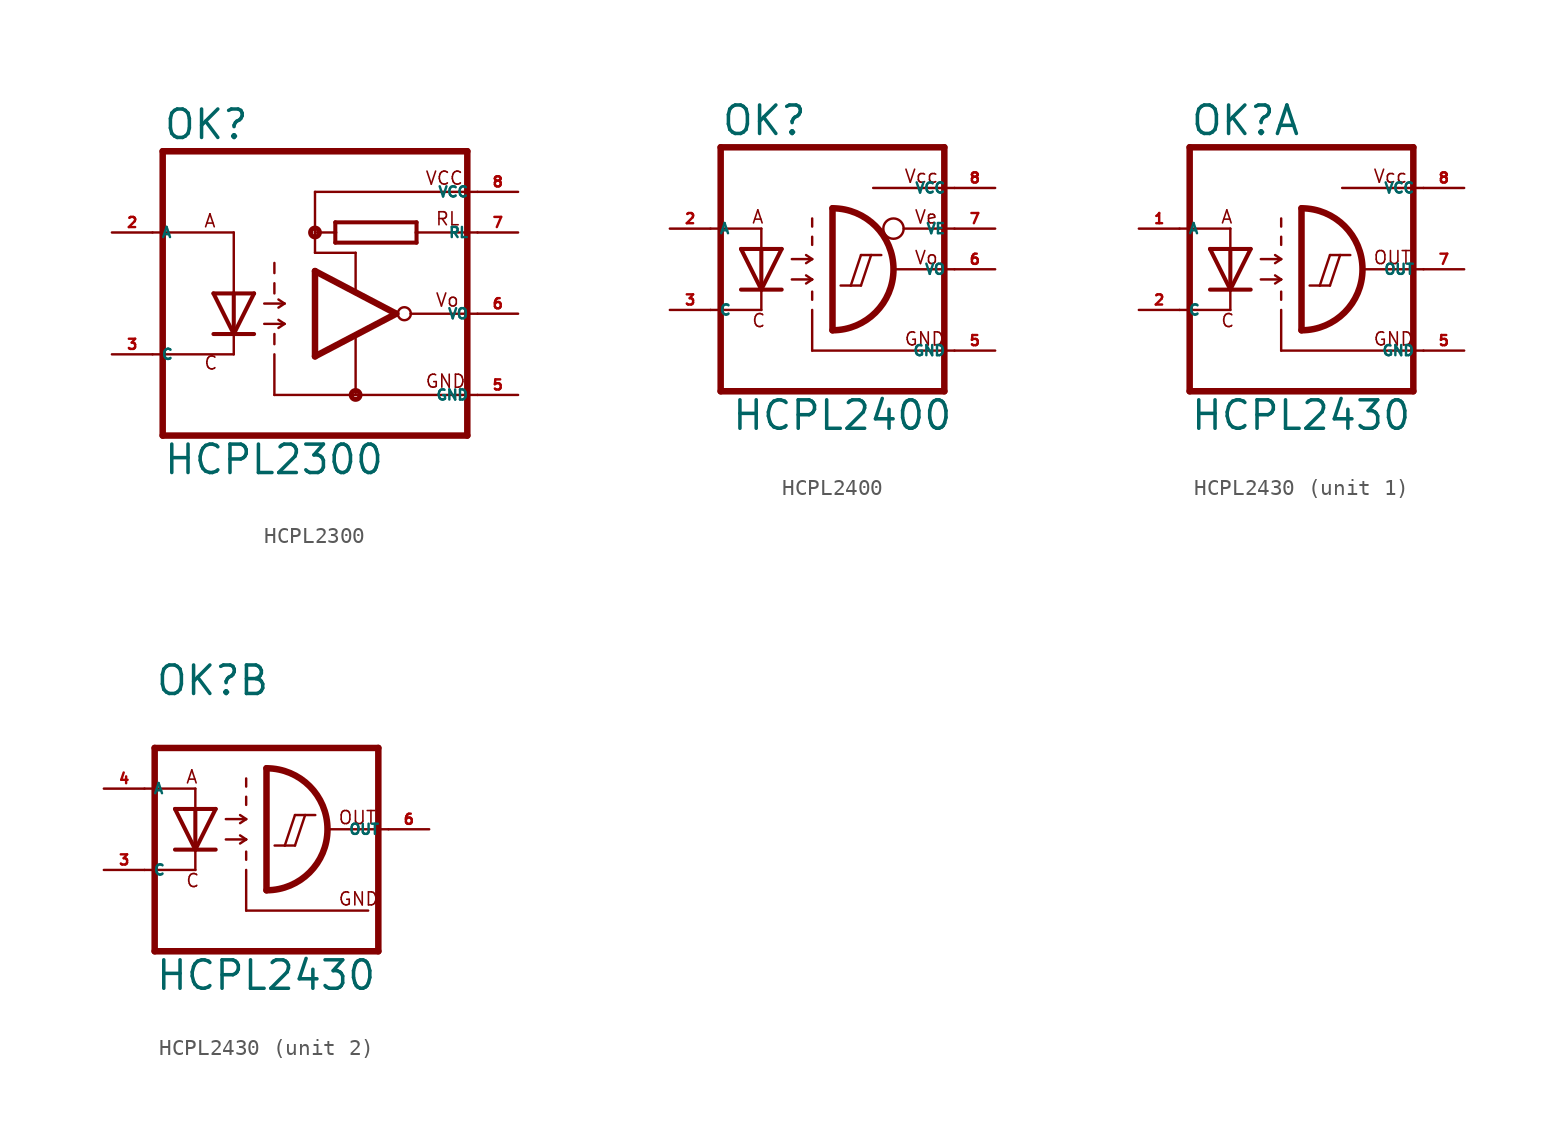
<source format=kicad_sym>
(kicad_symbol_lib
  (version 20220914)
  (generator kicad_symbol_editor)
  (symbol "HCPL2300"
    (property "Reference" "OK"
      (at -9.525 10.795 0)
      (effects (font (size 1.778 1.778) (thickness 0.22)) (justify left bottom)))
    (property "Value" "HCPL2300"
      (at -9.525 -10.16 0)
      (effects (font (size 1.778 1.778) (thickness 0.22)) (justify left bottom)))
    (symbol "HCPL2300_1_1"
      (polyline (pts (xy -9.525 10.16) (xy -9.525 -7.62)) (stroke (width 0.406) (type default)) (fill (type none)))
      (polyline (pts (xy -5.08 -2.54) (xy -10.16 -2.54)) (stroke (width 0.152) (type default)) (fill (type none)))
      (polyline (pts (xy -5.08 -2.54) (xy -5.08 -1.27)) (stroke (width 0.152) (type default)) (fill (type none)))
      (polyline (pts (xy -5.08 -1.27) (xy -6.35 -1.27)) (stroke (width 0.254) (type default)) (fill (type none)))
      (polyline (pts (xy -5.08 -1.27) (xy -6.35 1.27)) (stroke (width 0.254) (type default)) (fill (type none)))
      (polyline (pts (xy -5.08 1.27) (xy -6.35 1.27)) (stroke (width 0.254) (type default)) (fill (type none)))
      (polyline (pts (xy -5.08 1.27) (xy -5.08 -1.27)) (stroke (width 0.254) (type default)) (fill (type none)))
      (polyline (pts (xy -5.08 1.27) (xy -5.08 5.08)) (stroke (width 0.152) (type default)) (fill (type none)))
      (polyline (pts (xy -5.08 5.08) (xy -10.16 5.08)) (stroke (width 0.152) (type default)) (fill (type none)))
      (polyline (pts (xy -3.81 -1.27) (xy -5.08 -1.27)) (stroke (width 0.254) (type default)) (fill (type none)))
      (polyline (pts (xy -3.81 1.27) (xy -5.08 -1.27)) (stroke (width 0.254) (type default)) (fill (type none)))
      (polyline (pts (xy -3.81 1.27) (xy -5.08 1.27)) (stroke (width 0.254) (type default)) (fill (type none)))
      (polyline (pts (xy -3.175 -0.635) (xy -1.905 -0.635)) (stroke (width 0.152) (type default)) (fill (type none)))
      (polyline (pts (xy -3.175 0.635) (xy -1.905 0.635)) (stroke (width 0.152) (type default)) (fill (type none)))
      (polyline (pts (xy -2.54 -5.08) (xy -2.54 -2.54)) (stroke (width 0.152) (type default)) (fill (type none)))
      (polyline (pts (xy -2.54 -1.905) (xy -2.54 -1.27)) (stroke (width 0.152) (type default)) (fill (type none)))
      (polyline (pts (xy -2.54 1.27) (xy -2.54 1.905)) (stroke (width 0.152) (type default)) (fill (type none)))
      (polyline (pts (xy -2.54 2.54) (xy -2.54 3.175)) (stroke (width 0.152) (type default)) (fill (type none)))
      (polyline (pts (xy -1.905 -0.635) (xy -2.286 -0.889)) (stroke (width 0.152) (type default)) (fill (type none)))
      (polyline (pts (xy -1.905 -0.635) (xy -2.286 -0.381)) (stroke (width 0.152) (type default)) (fill (type none)))
      (polyline (pts (xy -1.905 0.635) (xy -2.286 0.381)) (stroke (width 0.152) (type default)) (fill (type none)))
      (polyline (pts (xy -1.905 0.635) (xy -2.286 0.889)) (stroke (width 0.152) (type default)) (fill (type none)))
      (polyline (pts (xy 0 -2.667) (xy 0 2.667)) (stroke (width 0.406) (type default)) (fill (type none)))
      (polyline (pts (xy 0 -2.667) (xy 5.08 0)) (stroke (width 0.406) (type default)) (fill (type none)))
      (polyline (pts (xy 0 2.667) (xy 5.08 0)) (stroke (width 0.406) (type default)) (fill (type none)))
      (polyline (pts (xy 0 3.81) (xy 2.54 3.81)) (stroke (width 0.152) (type default)) (fill (type none)))
      (polyline (pts (xy 0 5.08) (xy 0 3.81)) (stroke (width 0.152) (type default)) (fill (type none)))
      (polyline (pts (xy 0 7.62) (xy 0 5.08)) (stroke (width 0.152) (type default)) (fill (type none)))
      (polyline (pts (xy 0 7.62) (xy 10.16 7.62)) (stroke (width 0.152) (type default)) (fill (type none)))
      (polyline (pts (xy 1.27 4.445) (xy 1.27 5.08)) (stroke (width 0.254) (type default)) (fill (type none)))
      (polyline (pts (xy 1.27 5.08) (xy 0 5.08)) (stroke (width 0.152) (type default)) (fill (type none)))
      (polyline (pts (xy 1.27 5.08) (xy 1.27 5.715)) (stroke (width 0.254) (type default)) (fill (type none)))
      (polyline (pts (xy 1.27 5.715) (xy 6.35 5.715)) (stroke (width 0.254) (type default)) (fill (type none)))
      (polyline (pts (xy 2.54 -5.08) (xy -2.54 -5.08)) (stroke (width 0.152) (type default)) (fill (type none)))
      (polyline (pts (xy 2.54 -5.08) (xy 2.54 -1.27)) (stroke (width 0.152) (type default)) (fill (type none)))
      (polyline (pts (xy 2.54 3.81) (xy 2.54 1.524)) (stroke (width 0.152) (type default)) (fill (type none)))
      (polyline (pts (xy 5.969 0) (xy 10.16 0)) (stroke (width 0.152) (type default)) (fill (type none)))
      (polyline (pts (xy 6.35 4.445) (xy 1.27 4.445)) (stroke (width 0.254) (type default)) (fill (type none)))
      (polyline (pts (xy 6.35 5.08) (xy 6.35 4.445)) (stroke (width 0.254) (type default)) (fill (type none)))
      (polyline (pts (xy 6.35 5.715) (xy 6.35 5.08)) (stroke (width 0.254) (type default)) (fill (type none)))
      (polyline (pts (xy 9.525 -7.62) (xy -9.525 -7.62)) (stroke (width 0.406) (type default)) (fill (type none)))
      (polyline (pts (xy 9.525 10.16) (xy -9.525 10.16)) (stroke (width 0.406) (type default)) (fill (type none)))
      (polyline (pts (xy 9.525 10.16) (xy 9.525 -7.62)) (stroke (width 0.406) (type default)) (fill (type none)))
      (polyline (pts (xy 10.16 -5.08) (xy 2.54 -5.08)) (stroke (width 0.152) (type default)) (fill (type none)))
      (polyline (pts (xy 10.16 5.08) (xy 6.35 5.08)) (stroke (width 0.152) (type default)) (fill (type none)))
      (circle (center 0 5.08) (radius 0.127) (stroke (width 0.305) (type default)) (fill (type none)))
      (circle (center 2.54 -5.08) (radius 0.127) (stroke (width 0.305) (type default)) (fill (type none)))
      (circle (center 5.588 0) (radius 0.406) (stroke (width 0.152) (type default)) (fill (type none)))
      (text "A" (at -6.985 5.334 0) (effects (font (size 0.813 0.813) (thickness 0.1)) (justify left bottom)))
      (text "C" (at -6.985 -3.556 0) (effects (font (size 0.813 0.813) (thickness 0.1)) (justify left bottom)))
      (text "GND" (at 6.858 -4.699 0) (effects (font (size 0.813 0.813) (thickness 0.1)) (justify left bottom)))
      (text "RL" (at 7.493 5.461 0) (effects (font (size 0.813 0.813) (thickness 0.1)) (justify left bottom)))
      (text "VCC" (at 6.858 8.001 0) (effects (font (size 0.813 0.813) (thickness 0.1)) (justify left bottom)))
      (text "Vo" (at 7.493 0.381 0) (effects (font (size 0.813 0.813) (thickness 0.1)) (justify left bottom)))
      (pin passive line (at -12.7 5.08 0) (length 2.54) (name "A" (effects (font (size 0.635 0.635)))) (number "2" (effects (font (size 0.635 0.635)))))
      (pin passive line (at -12.7 -2.54 0) (length 2.54) (name "C" (effects (font (size 0.635 0.635)))) (number "3" (effects (font (size 0.635 0.635)))))
      (pin passive line (at 12.7 -5.08 180) (length 2.54) (name "GND" (effects (font (size 0.635 0.635)))) (number "5" (effects (font (size 0.635 0.635)))))
      (pin passive line (at 12.7 0 180) (length 2.54) (name "VO" (effects (font (size 0.635 0.635)))) (number "6" (effects (font (size 0.635 0.635)))))
      (pin passive line (at 12.7 5.08 180) (length 2.54) (name "RL" (effects (font (size 0.635 0.635)))) (number "7" (effects (font (size 0.635 0.635)))))
      (pin passive line (at 12.7 7.62 180) (length 2.54) (name "VCC" (effects (font (size 0.635 0.635)))) (number "8" (effects (font (size 0.635 0.635)))))))
  (symbol "HCPL2400"
    (property "Reference" "OK"
      (at -6.985 8.255 0)
      (effects (font (size 1.778 1.778) (thickness 0.22)) (justify left bottom)))
    (property "Value" "HCPL2400"
      (at -6.35 -10.16 0)
      (effects (font (size 1.778 1.778) (thickness 0.22)) (justify left bottom)))
    (symbol "HCPL2400_1_1"
      (arc (start 0 -3.81) (mid 3.7934 0) (end 0 3.81) (stroke (width 0.4064) (type default)) (fill (type none)))
      (polyline (pts (xy -7.62 -2.54) (xy -4.445 -2.54)) (stroke (width 0.152) (type default)) (fill (type none)))
      (polyline (pts (xy -7.62 2.54) (xy -4.445 2.54)) (stroke (width 0.152) (type default)) (fill (type none)))
      (polyline (pts (xy -6.985 7.62) (xy -6.985 -7.62)) (stroke (width 0.406) (type default)) (fill (type none)))
      (polyline (pts (xy -4.445 -2.54) (xy -4.445 -1.27)) (stroke (width 0.152) (type default)) (fill (type none)))
      (polyline (pts (xy -4.445 -1.27) (xy -5.715 -1.27)) (stroke (width 0.254) (type default)) (fill (type none)))
      (polyline (pts (xy -4.445 -1.27) (xy -5.715 1.27)) (stroke (width 0.254) (type default)) (fill (type none)))
      (polyline (pts (xy -4.445 1.27) (xy -5.715 1.27)) (stroke (width 0.254) (type default)) (fill (type none)))
      (polyline (pts (xy -4.445 1.27) (xy -4.445 -1.27)) (stroke (width 0.254) (type default)) (fill (type none)))
      (polyline (pts (xy -4.445 1.27) (xy -4.445 2.54)) (stroke (width 0.152) (type default)) (fill (type none)))
      (polyline (pts (xy -3.175 -1.27) (xy -4.445 -1.27)) (stroke (width 0.254) (type default)) (fill (type none)))
      (polyline (pts (xy -3.175 1.27) (xy -4.445 -1.27)) (stroke (width 0.254) (type default)) (fill (type none)))
      (polyline (pts (xy -3.175 1.27) (xy -4.445 1.27)) (stroke (width 0.254) (type default)) (fill (type none)))
      (polyline (pts (xy -2.54 -0.635) (xy -1.27 -0.635)) (stroke (width 0.152) (type default)) (fill (type none)))
      (polyline (pts (xy -2.54 0.635) (xy -1.27 0.635)) (stroke (width 0.152) (type default)) (fill (type none)))
      (polyline (pts (xy -1.27 -5.08) (xy -1.27 -2.54)) (stroke (width 0.152) (type default)) (fill (type none)))
      (polyline (pts (xy -1.27 -5.08) (xy 7.62 -5.08)) (stroke (width 0.152) (type default)) (fill (type none)))
      (polyline (pts (xy -1.27 -1.905) (xy -1.27 -1.397)) (stroke (width 0.152) (type default)) (fill (type none)))
      (polyline (pts (xy -1.27 -0.635) (xy -1.651 -0.889)) (stroke (width 0.152) (type default)) (fill (type none)))
      (polyline (pts (xy -1.27 -0.635) (xy -1.651 -0.381)) (stroke (width 0.152) (type default)) (fill (type none)))
      (polyline (pts (xy -1.27 0.635) (xy -1.651 0.381)) (stroke (width 0.152) (type default)) (fill (type none)))
      (polyline (pts (xy -1.27 0.635) (xy -1.651 0.889)) (stroke (width 0.152) (type default)) (fill (type none)))
      (polyline (pts (xy -1.27 1.524) (xy -1.27 2.032)) (stroke (width 0.152) (type default)) (fill (type none)))
      (polyline (pts (xy -1.27 2.667) (xy -1.27 3.175)) (stroke (width 0.152) (type default)) (fill (type none)))
      (polyline (pts (xy 0 3.81) (xy 0 -3.81)) (stroke (width 0.406) (type default)) (fill (type none)))
      (polyline (pts (xy 0.508 -1.016) (xy 1.143 -1.016)) (stroke (width 0.152) (type default)) (fill (type none)))
      (polyline (pts (xy 1.143 -1.016) (xy 1.778 -1.016)) (stroke (width 0.152) (type default)) (fill (type none)))
      (polyline (pts (xy 1.143 -1.016) (xy 1.778 0.889)) (stroke (width 0.152) (type default)) (fill (type none)))
      (polyline (pts (xy 1.778 -1.016) (xy 2.413 0.889)) (stroke (width 0.152) (type default)) (fill (type none)))
      (polyline (pts (xy 1.778 0.889) (xy 2.413 0.889)) (stroke (width 0.152) (type default)) (fill (type none)))
      (polyline (pts (xy 2.413 0.889) (xy 3.048 0.889)) (stroke (width 0.152) (type default)) (fill (type none)))
      (polyline (pts (xy 2.54 5.08) (xy 7.62 5.08)) (stroke (width 0.152) (type default)) (fill (type none)))
      (polyline (pts (xy 3.937 0) (xy 7.62 0)) (stroke (width 0.152) (type default)) (fill (type none)))
      (polyline (pts (xy 4.445 2.54) (xy 7.62 2.54)) (stroke (width 0.152) (type default)) (fill (type none)))
      (polyline (pts (xy 6.985 -7.62) (xy -6.985 -7.62)) (stroke (width 0.406) (type default)) (fill (type none)))
      (polyline (pts (xy 6.985 7.62) (xy -6.985 7.62)) (stroke (width 0.406) (type default)) (fill (type none)))
      (polyline (pts (xy 6.985 7.62) (xy 6.985 -7.62)) (stroke (width 0.406) (type default)) (fill (type none)))
      (circle (center 3.81 2.54) (radius 0.635) (stroke (width 0.152) (type default)) (fill (type none)))
      (text "A" (at -5.08 2.794 0) (effects (font (size 0.813 0.813) (thickness 0.1)) (justify left bottom)))
      (text "C" (at -5.08 -3.683 0) (effects (font (size 0.813 0.813) (thickness 0.1)) (justify left bottom)))
      (text "GND" (at 4.445 -4.826 0) (effects (font (size 0.813 0.813) (thickness 0.1)) (justify left bottom)))
      (text "Vcc" (at 4.445 5.334 0) (effects (font (size 0.813 0.813) (thickness 0.1)) (justify left bottom)))
      (text "Ve" (at 5.08 2.794 0) (effects (font (size 0.813 0.813) (thickness 0.1)) (justify left bottom)))
      (text "Vo" (at 5.08 0.254 0) (effects (font (size 0.813 0.813) (thickness 0.1)) (justify left bottom)))
      (pin passive line (at -10.16 2.54 0) (length 2.54) (name "A" (effects (font (size 0.635 0.635)))) (number "2" (effects (font (size 0.635 0.635)))))
      (pin passive line (at -10.16 -2.54 0) (length 2.54) (name "C" (effects (font (size 0.635 0.635)))) (number "3" (effects (font (size 0.635 0.635)))))
      (pin passive line (at 10.16 -5.08 180) (length 2.54) (name "GND" (effects (font (size 0.635 0.635)))) (number "5" (effects (font (size 0.635 0.635)))))
      (pin passive line (at 10.16 0 180) (length 2.54) (name "VO" (effects (font (size 0.635 0.635)))) (number "6" (effects (font (size 0.635 0.635)))))
      (pin passive line (at 10.16 2.54 180) (length 2.54) (name "VE" (effects (font (size 0.635 0.635)))) (number "7" (effects (font (size 0.635 0.635)))))
      (pin passive line (at 10.16 5.08 180) (length 2.54) (name "VCC" (effects (font (size 0.635 0.635)))) (number "8" (effects (font (size 0.635 0.635)))))))
  (symbol "HCPL2430"
    (property "Reference" "OK"
      (at -6.985 8.255 0)
      (effects (font (size 1.778 1.778) (thickness 0.22)) (justify left bottom)))
    (property "Value" "HCPL2430"
      (at -6.985 -10.16 0)
      (effects (font (size 1.778 1.778) (thickness 0.22)) (justify left bottom)))
    (symbol "HCPL2430_1_0"
      (arc (start 0 -3.81) (mid 3.7934 0) (end 0 3.81) (stroke (width 0.4064) (type default)) (fill (type none)))
      (polyline (pts (xy -7.62 -2.54) (xy -4.445 -2.54)) (stroke (width 0.152) (type default)) (fill (type none)))
      (polyline (pts (xy -7.62 2.54) (xy -4.445 2.54)) (stroke (width 0.152) (type default)) (fill (type none)))
      (polyline (pts (xy -6.985 7.62) (xy -6.985 -7.62)) (stroke (width 0.406) (type default)) (fill (type none)))
      (polyline (pts (xy -4.445 -2.54) (xy -4.445 -1.27)) (stroke (width 0.152) (type default)) (fill (type none)))
      (polyline (pts (xy -4.445 -1.27) (xy -5.715 -1.27)) (stroke (width 0.254) (type default)) (fill (type none)))
      (polyline (pts (xy -4.445 -1.27) (xy -5.715 1.27)) (stroke (width 0.254) (type default)) (fill (type none)))
      (polyline (pts (xy -4.445 1.27) (xy -5.715 1.27)) (stroke (width 0.254) (type default)) (fill (type none)))
      (polyline (pts (xy -4.445 1.27) (xy -4.445 -1.27)) (stroke (width 0.254) (type default)) (fill (type none)))
      (polyline (pts (xy -4.445 1.27) (xy -4.445 2.54)) (stroke (width 0.152) (type default)) (fill (type none)))
      (polyline (pts (xy -3.175 -1.27) (xy -4.445 -1.27)) (stroke (width 0.254) (type default)) (fill (type none)))
      (polyline (pts (xy -3.175 1.27) (xy -4.445 -1.27)) (stroke (width 0.254) (type default)) (fill (type none)))
      (polyline (pts (xy -3.175 1.27) (xy -4.445 1.27)) (stroke (width 0.254) (type default)) (fill (type none)))
      (polyline (pts (xy -2.54 -0.635) (xy -1.27 -0.635)) (stroke (width 0.152) (type default)) (fill (type none)))
      (polyline (pts (xy -2.54 0.635) (xy -1.27 0.635)) (stroke (width 0.152) (type default)) (fill (type none)))
      (polyline (pts (xy -1.27 -5.08) (xy -1.27 -2.54)) (stroke (width 0.152) (type default)) (fill (type none)))
      (polyline (pts (xy -1.27 -5.08) (xy 7.62 -5.08)) (stroke (width 0.152) (type default)) (fill (type none)))
      (polyline (pts (xy -1.27 -1.905) (xy -1.27 -1.397)) (stroke (width 0.152) (type default)) (fill (type none)))
      (polyline (pts (xy -1.27 -0.635) (xy -1.651 -0.889)) (stroke (width 0.152) (type default)) (fill (type none)))
      (polyline (pts (xy -1.27 -0.635) (xy -1.651 -0.381)) (stroke (width 0.152) (type default)) (fill (type none)))
      (polyline (pts (xy -1.27 0.635) (xy -1.651 0.381)) (stroke (width 0.152) (type default)) (fill (type none)))
      (polyline (pts (xy -1.27 0.635) (xy -1.651 0.889)) (stroke (width 0.152) (type default)) (fill (type none)))
      (polyline (pts (xy -1.27 1.524) (xy -1.27 2.032)) (stroke (width 0.152) (type default)) (fill (type none)))
      (polyline (pts (xy -1.27 2.667) (xy -1.27 3.175)) (stroke (width 0.152) (type default)) (fill (type none)))
      (polyline (pts (xy 0 3.81) (xy 0 -3.81)) (stroke (width 0.406) (type default)) (fill (type none)))
      (polyline (pts (xy 0.508 -1.016) (xy 1.143 -1.016)) (stroke (width 0.152) (type default)) (fill (type none)))
      (polyline (pts (xy 1.143 -1.016) (xy 1.778 -1.016)) (stroke (width 0.152) (type default)) (fill (type none)))
      (polyline (pts (xy 1.143 -1.016) (xy 1.778 0.889)) (stroke (width 0.152) (type default)) (fill (type none)))
      (polyline (pts (xy 1.778 -1.016) (xy 2.413 0.889)) (stroke (width 0.152) (type default)) (fill (type none)))
      (polyline (pts (xy 1.778 0.889) (xy 2.413 0.889)) (stroke (width 0.152) (type default)) (fill (type none)))
      (polyline (pts (xy 2.413 0.889) (xy 3.048 0.889)) (stroke (width 0.152) (type default)) (fill (type none)))
      (polyline (pts (xy 2.54 5.08) (xy 7.62 5.08)) (stroke (width 0.152) (type default)) (fill (type none)))
      (polyline (pts (xy 3.937 0) (xy 7.62 0)) (stroke (width 0.152) (type default)) (fill (type none)))
      (polyline (pts (xy 6.985 -7.62) (xy -6.985 -7.62)) (stroke (width 0.406) (type default)) (fill (type none)))
      (polyline (pts (xy 6.985 7.62) (xy -6.985 7.62)) (stroke (width 0.406) (type default)) (fill (type none)))
      (polyline (pts (xy 6.985 7.62) (xy 6.985 -7.62)) (stroke (width 0.406) (type default)) (fill (type none)))
      (text "A" (at -5.08 2.794 0) (effects (font (size 0.813 0.813) (thickness 0.1)) (justify left bottom)))
      (text "C" (at -5.08 -3.683 0) (effects (font (size 0.813 0.813) (thickness 0.1)) (justify left bottom)))
      (text "GND" (at 4.445 -4.826 0) (effects (font (size 0.813 0.813) (thickness 0.1)) (justify left bottom)))
      (text "OUT" (at 4.445 0.254 0) (effects (font (size 0.813 0.813) (thickness 0.1)) (justify left bottom)))
      (text "Vcc" (at 4.445 5.334 0) (effects (font (size 0.813 0.813) (thickness 0.1)) (justify left bottom)))
      (pin passive line (at -10.16 2.54 0) (length 2.54) (name "A" (effects (font (size 0.635 0.635)))) (number "1" (effects (font (size 0.635 0.635)))))
      (pin passive line (at -10.16 -2.54 0) (length 2.54) (name "C" (effects (font (size 0.635 0.635)))) (number "2" (effects (font (size 0.635 0.635)))))
      (pin passive line (at 10.16 -5.08 180) (length 2.54) (name "GND" (effects (font (size 0.635 0.635)))) (number "5" (effects (font (size 0.635 0.635)))))
      (pin passive line (at 10.16 0 180) (length 2.54) (name "OUT" (effects (font (size 0.635 0.635)))) (number "7" (effects (font (size 0.635 0.635)))))
      (pin passive line (at 10.16 5.08 180) (length 2.54) (name "VCC" (effects (font (size 0.635 0.635)))) (number "8" (effects (font (size 0.635 0.635))))))
    (symbol "HCPL2430_2_0"
      (arc (start 0 -3.81) (mid 3.7934 0) (end 0 3.81) (stroke (width 0.4064) (type default)) (fill (type none)))
      (polyline (pts (xy -7.62 -2.54) (xy -4.445 -2.54)) (stroke (width 0.152) (type default)) (fill (type none)))
      (polyline (pts (xy -7.62 2.54) (xy -4.445 2.54)) (stroke (width 0.152) (type default)) (fill (type none)))
      (polyline (pts (xy -6.985 5.08) (xy -6.985 -7.62)) (stroke (width 0.406) (type default)) (fill (type none)))
      (polyline (pts (xy -4.445 -2.54) (xy -4.445 -1.27)) (stroke (width 0.152) (type default)) (fill (type none)))
      (polyline (pts (xy -4.445 -1.27) (xy -5.715 -1.27)) (stroke (width 0.254) (type default)) (fill (type none)))
      (polyline (pts (xy -4.445 -1.27) (xy -5.715 1.27)) (stroke (width 0.254) (type default)) (fill (type none)))
      (polyline (pts (xy -4.445 1.27) (xy -5.715 1.27)) (stroke (width 0.254) (type default)) (fill (type none)))
      (polyline (pts (xy -4.445 1.27) (xy -4.445 -1.27)) (stroke (width 0.254) (type default)) (fill (type none)))
      (polyline (pts (xy -4.445 1.27) (xy -4.445 2.54)) (stroke (width 0.152) (type default)) (fill (type none)))
      (polyline (pts (xy -3.175 -1.27) (xy -4.445 -1.27)) (stroke (width 0.254) (type default)) (fill (type none)))
      (polyline (pts (xy -3.175 1.27) (xy -4.445 -1.27)) (stroke (width 0.254) (type default)) (fill (type none)))
      (polyline (pts (xy -3.175 1.27) (xy -4.445 1.27)) (stroke (width 0.254) (type default)) (fill (type none)))
      (polyline (pts (xy -2.54 -0.635) (xy -1.27 -0.635)) (stroke (width 0.152) (type default)) (fill (type none)))
      (polyline (pts (xy -2.54 0.635) (xy -1.27 0.635)) (stroke (width 0.152) (type default)) (fill (type none)))
      (polyline (pts (xy -1.27 -5.08) (xy -1.27 -2.54)) (stroke (width 0.152) (type default)) (fill (type none)))
      (polyline (pts (xy -1.27 -5.08) (xy 6.35 -5.08)) (stroke (width 0.152) (type default)) (fill (type none)))
      (polyline (pts (xy -1.27 -1.905) (xy -1.27 -1.397)) (stroke (width 0.152) (type default)) (fill (type none)))
      (polyline (pts (xy -1.27 -0.635) (xy -1.651 -0.889)) (stroke (width 0.152) (type default)) (fill (type none)))
      (polyline (pts (xy -1.27 -0.635) (xy -1.651 -0.381)) (stroke (width 0.152) (type default)) (fill (type none)))
      (polyline (pts (xy -1.27 0.635) (xy -1.651 0.381)) (stroke (width 0.152) (type default)) (fill (type none)))
      (polyline (pts (xy -1.27 0.635) (xy -1.651 0.889)) (stroke (width 0.152) (type default)) (fill (type none)))
      (polyline (pts (xy -1.27 1.524) (xy -1.27 2.032)) (stroke (width 0.152) (type default)) (fill (type none)))
      (polyline (pts (xy -1.27 2.667) (xy -1.27 3.175)) (stroke (width 0.152) (type default)) (fill (type none)))
      (polyline (pts (xy 0 3.81) (xy 0 -3.81)) (stroke (width 0.406) (type default)) (fill (type none)))
      (polyline (pts (xy 0.508 -1.016) (xy 1.143 -1.016)) (stroke (width 0.152) (type default)) (fill (type none)))
      (polyline (pts (xy 1.143 -1.016) (xy 1.778 -1.016)) (stroke (width 0.152) (type default)) (fill (type none)))
      (polyline (pts (xy 1.143 -1.016) (xy 1.778 0.889)) (stroke (width 0.152) (type default)) (fill (type none)))
      (polyline (pts (xy 1.778 -1.016) (xy 2.413 0.889)) (stroke (width 0.152) (type default)) (fill (type none)))
      (polyline (pts (xy 1.778 0.889) (xy 2.413 0.889)) (stroke (width 0.152) (type default)) (fill (type none)))
      (polyline (pts (xy 2.413 0.889) (xy 3.048 0.889)) (stroke (width 0.152) (type default)) (fill (type none)))
      (polyline (pts (xy 3.937 0) (xy 7.62 0)) (stroke (width 0.152) (type default)) (fill (type none)))
      (polyline (pts (xy 6.985 -7.62) (xy -6.985 -7.62)) (stroke (width 0.406) (type default)) (fill (type none)))
      (polyline (pts (xy 6.985 5.08) (xy -6.985 5.08)) (stroke (width 0.406) (type default)) (fill (type none)))
      (polyline (pts (xy 6.985 5.08) (xy 6.985 -7.62)) (stroke (width 0.406) (type default)) (fill (type none)))
      (text "A" (at -5.08 2.794 0) (effects (font (size 0.813 0.813) (thickness 0.1)) (justify left bottom)))
      (text "C" (at -5.08 -3.683 0) (effects (font (size 0.813 0.813) (thickness 0.1)) (justify left bottom)))
      (text "GND" (at 4.445 -4.826 0) (effects (font (size 0.813 0.813) (thickness 0.1)) (justify left bottom)))
      (text "OUT" (at 4.445 0.254 0) (effects (font (size 0.813 0.813) (thickness 0.1)) (justify left bottom)))
      (pin passive line (at -10.16 -2.54 0) (length 2.54) (name "C" (effects (font (size 0.635 0.635)))) (number "3" (effects (font (size 0.635 0.635)))))
      (pin passive line (at -10.16 2.54 0) (length 2.54) (name "A" (effects (font (size 0.635 0.635)))) (number "4" (effects (font (size 0.635 0.635)))))
      (pin passive line (at 10.16 0 180) (length 2.54) (name "OUT" (effects (font (size 0.635 0.635)))) (number "6" (effects (font (size 0.635 0.635))))))))
</source>
